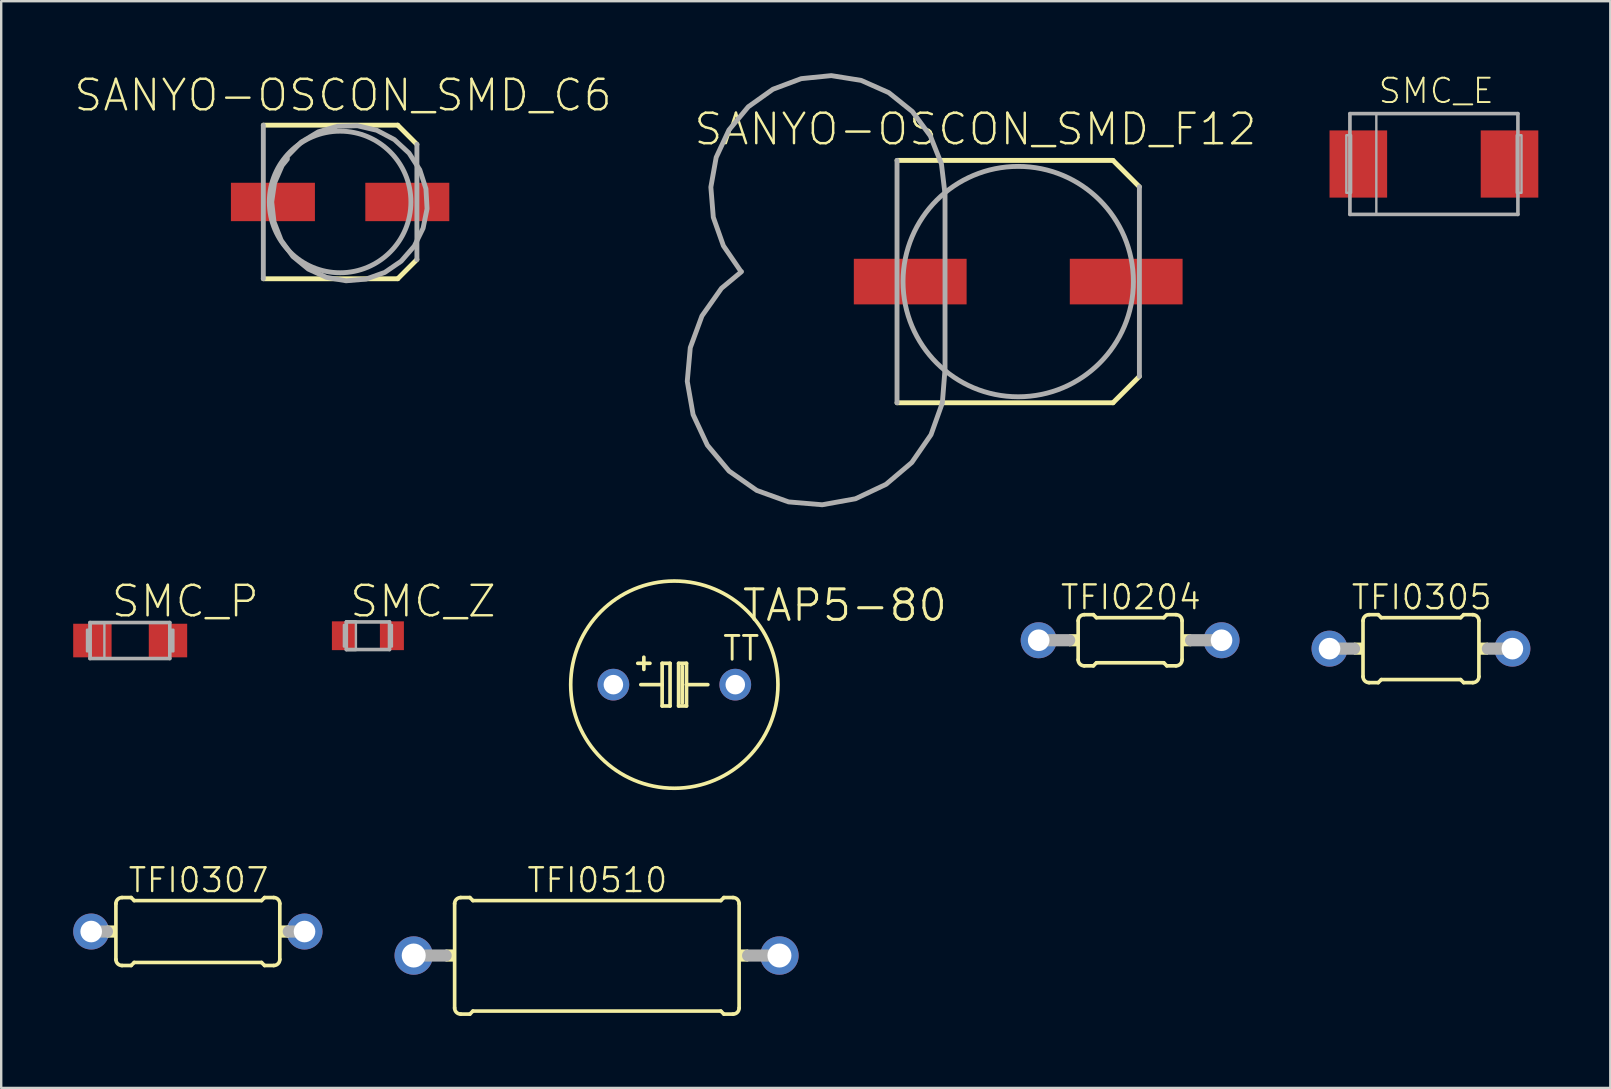
<source format=kicad_pcb>
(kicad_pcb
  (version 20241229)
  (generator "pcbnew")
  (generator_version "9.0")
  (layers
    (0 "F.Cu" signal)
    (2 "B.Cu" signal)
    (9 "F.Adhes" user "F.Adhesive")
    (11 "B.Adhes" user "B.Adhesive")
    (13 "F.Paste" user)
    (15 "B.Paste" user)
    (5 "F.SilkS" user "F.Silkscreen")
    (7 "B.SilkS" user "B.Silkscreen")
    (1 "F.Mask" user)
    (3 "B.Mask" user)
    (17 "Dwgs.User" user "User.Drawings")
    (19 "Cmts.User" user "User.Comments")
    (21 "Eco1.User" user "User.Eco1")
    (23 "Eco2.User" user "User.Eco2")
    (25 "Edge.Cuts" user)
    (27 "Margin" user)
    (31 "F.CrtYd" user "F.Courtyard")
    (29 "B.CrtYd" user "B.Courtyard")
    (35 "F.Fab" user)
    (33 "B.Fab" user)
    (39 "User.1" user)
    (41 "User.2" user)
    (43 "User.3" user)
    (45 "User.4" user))
  (footprint "TFI0307"
    (layer "F.Cu")
    (at 5.195 35.768)
    (property "Reference" "TFI0307" (at 0.031 -2.141 0) (layer "F.SilkS") (effects (font (size 0.991 0.991) (thickness 0.099))))
    (attr through_hole)
    (fp_line (start -3.415 1.162) (end -3.415 -1.162) (stroke (width 0.152) (type solid)) (layer "F.SilkS"))
    (fp_line (start -3.161 -1.416) (end -2.78 -1.416) (stroke (width 0.152) (type solid)) (layer "F.SilkS"))
    (fp_line (start -3.161 1.416) (end -2.78 1.416) (stroke (width 0.152) (type solid)) (layer "F.SilkS"))
    (fp_line (start -2.653 -1.289) (end -2.78 -1.416) (stroke (width 0.152) (type solid)) (layer "F.SilkS"))
    (fp_line (start -2.653 1.289) (end -2.78 1.416) (stroke (width 0.152) (type solid)) (layer "F.SilkS"))
    (fp_line (start 2.653 -1.289) (end -2.653 -1.289) (stroke (width 0.152) (type solid)) (layer "F.SilkS"))
    (fp_line (start 2.653 -1.289) (end 2.78 -1.416) (stroke (width 0.152) (type solid)) (layer "F.SilkS"))
    (fp_line (start 2.653 1.289) (end -2.653 1.289) (stroke (width 0.152) (type solid)) (layer "F.SilkS"))
    (fp_line (start 2.653 1.289) (end 2.78 1.416) (stroke (width 0.152) (type solid)) (layer "F.SilkS"))
    (fp_line (start 3.161 -1.416) (end 2.78 -1.416) (stroke (width 0.152) (type solid)) (layer "F.SilkS"))
    (fp_line (start 3.161 1.416) (end 2.78 1.416) (stroke (width 0.152) (type solid)) (layer "F.SilkS"))
    (fp_line (start 3.415 1.162) (end 3.415 -1.162) (stroke (width 0.152) (type solid)) (layer "F.SilkS"))
    (fp_arc (start -3.415 -1.162) (mid -3.340605 -1.341605) (end -3.161 -1.416) (stroke (width 0.1524) (type solid)) (layer "F.SilkS"))
    (fp_arc (start -3.161 1.416) (mid -3.340605 1.341605) (end -3.415 1.162) (stroke (width 0.1524) (type solid)) (layer "F.SilkS"))
    (fp_arc (start 3.161 -1.416) (mid 3.340605 -1.341605) (end 3.415 -1.162) (stroke (width 0.1524) (type solid)) (layer "F.SilkS"))
    (fp_arc (start 3.415 1.162) (mid 3.340605 1.341605) (end 3.161 1.416) (stroke (width 0.1524) (type solid)) (layer "F.SilkS"))
    (fp_poly (pts (xy -3.796 -0.254) (xy -3.415 -0.254) (xy -3.415 0.254) (xy -3.796 0.254)) (stroke (width 0) (type solid)) (fill yes) (layer "F.SilkS"))
    (fp_poly (pts (xy 3.415 -0.254) (xy 3.796 -0.254) (xy 3.796 0.254) (xy 3.415 0.254)) (stroke (width 0) (type solid)) (fill yes) (layer "F.SilkS"))
    (fp_line (start -4.445 0) (end -3.79 0) (stroke (width 0.508) (type solid)) (layer "F.Fab"))
    (fp_line (start 4.445 0) (end 3.79 0) (stroke (width 0.508) (type solid)) (layer "F.Fab"))
    (pad "1" thru_hole circle (at -4.445 0) (size 1.5 1.5) (drill 0.9) (layers "*.Cu" "*.Mask"))
    (pad "2" thru_hole circle (at 4.445 0) (size 1.5 1.5) (drill 0.9) (layers "*.Cu" "*.Mask")))
  (footprint "TAP5-80"
    (layer "F.Cu")
    (at 25.05 25.48)
    (property "Reference" "TAP5-80" (at 7.106 -3.302 0) (layer "F.SilkS") (effects (font (size 1.27 1.27) (thickness 0.127))))
    (attr through_hole)
    (fp_line (start -1.397 0) (end -0.508 0) (stroke (width 0.152) (type solid)) (layer "F.SilkS"))
    (fp_line (start -1.27 -0.635) (end -1.27 -1.143) (stroke (width 0.152) (type solid)) (layer "F.SilkS"))
    (fp_line (start -1.016 -0.889) (end -1.524 -0.889) (stroke (width 0.152) (type solid)) (layer "F.SilkS"))
    (fp_line (start -0.508 -0.889) (end -0.508 0) (stroke (width 0.152) (type solid)) (layer "F.SilkS"))
    (fp_line (start -0.508 0) (end -0.508 0.889) (stroke (width 0.152) (type solid)) (layer "F.SilkS"))
    (fp_line (start -0.508 0.889) (end -0.178 0.889) (stroke (width 0.152) (type solid)) (layer "F.SilkS"))
    (fp_line (start -0.178 -0.889) (end -0.508 -0.889) (stroke (width 0.152) (type solid)) (layer "F.SilkS"))
    (fp_line (start -0.178 0.889) (end -0.178 -0.889) (stroke (width 0.152) (type solid)) (layer "F.SilkS"))
    (fp_line (start 0.178 -0.889) (end 0.178 0.889) (stroke (width 0.152) (type solid)) (layer "F.SilkS"))
    (fp_line (start 0.178 0.889) (end 0.508 0.889) (stroke (width 0.152) (type solid)) (layer "F.SilkS"))
    (fp_line (start 0.33 0.762) (end 0.33 -0.762) (stroke (width 0.152) (type solid)) (layer "F.SilkS"))
    (fp_line (start 0.508 -0.889) (end 0.178 -0.889) (stroke (width 0.152) (type solid)) (layer "F.SilkS"))
    (fp_line (start 0.508 0) (end 0.508 -0.889) (stroke (width 0.152) (type solid)) (layer "F.SilkS"))
    (fp_line (start 0.508 0) (end 1.397 0) (stroke (width 0.152) (type solid)) (layer "F.SilkS"))
    (fp_line (start 0.508 0.889) (end 0.508 0) (stroke (width 0.152) (type solid)) (layer "F.SilkS"))
    (fp_circle (center 0 0) (end 4.318 0) (stroke (width 0.152) (type solid)) (fill no) (layer "F.SilkS"))
    (fp_text user "TT" (at 2.787 -1.511 0) (layer "F.SilkS") (effects (font (size 0.991 0.991) (thickness 0.119))))
    (pad "+" thru_hole circle (at -2.54 0) (size 1.321 1.321) (drill 0.813) (layers "*.Cu" "*.Mask"))
    (pad "-" thru_hole circle (at 2.54 0) (size 1.321 1.321) (drill 0.813) (layers "*.Cu" "*.Mask")))
  (footprint "SMC_E"
    (layer "F.Cu")
    (at 56.703 3.785)
    (property "Reference" "SMC_E" (at 0.097 -3.048 0) (layer "F.SilkS") (effects (font (size 1.016 1.016) (thickness 0.081))))
    (attr through_hole)
    (fp_line (start -3.5 -2.1) (end 3.5 -2.1) (stroke (width 0.15) (type solid)) (layer "F.Fab"))
    (fp_line (start -3.5 2.1) (end -3.5 -2.1) (stroke (width 0.15) (type solid)) (layer "F.Fab"))
    (fp_line (start 3.5 -2.1) (end 3.5 2.1) (stroke (width 0.15) (type solid)) (layer "F.Fab"))
    (fp_line (start 3.5 2.1) (end -3.5 2.1) (stroke (width 0.15) (type solid)) (layer "F.Fab"))
    (fp_poly (pts (xy -3.65 -1.2) (xy -3.45 -1.2) (xy -3.45 1.2) (xy -3.65 1.2)) (stroke (width 0.1) (type solid)) (fill no) (layer "F.Fab"))
    (fp_poly (pts (xy -3.5 -2.1) (xy -2.4 -2.1) (xy -2.4 2.1) (xy -3.5 2.1)) (stroke (width 0.1) (type solid)) (fill no) (layer "F.Fab"))
    (fp_poly (pts (xy 3.45 -1.2) (xy 3.65 -1.2) (xy 3.65 1.2) (xy 3.45 1.2)) (stroke (width 0.1) (type solid)) (fill no) (layer "F.Fab"))
    (pad "+" smd rect (at -3.15 0) (size 2.4 2.8) (layers "F.Cu" "F.Mask" "F.Paste"))
    (pad "-" smd rect (at 3.15 0) (size 2.4 2.8) (layers "F.Cu" "F.Mask" "F.Paste")))
  (footprint "SMC_P"
    (layer "F.Cu")
    (at 2.375 23.642)
    (property "Reference" "SMC_P" (at 2.296 -1.635 0) (layer "F.SilkS") (effects (font (size 1.27 1.27) (thickness 0.102))))
    (attr through_hole)
    (fp_line (start -1.675 -0.75) (end -1.675 0.75) (stroke (width 0.15) (type solid)) (layer "F.Fab"))
    (fp_line (start -1.675 -0.75) (end 1.65 -0.75) (stroke (width 0.15) (type solid)) (layer "F.Fab"))
    (fp_line (start 1.65 0.75) (end -1.675 0.75) (stroke (width 0.15) (type solid)) (layer "F.Fab"))
    (fp_line (start 1.65 0.75) (end 1.65 -0.75) (stroke (width 0.15) (type solid)) (layer "F.Fab"))
    (fp_poly (pts (xy -1.8 -0.45) (xy -1.7 -0.45) (xy -1.7 0.45) (xy -1.8 0.45)) (stroke (width 0.1) (type solid)) (fill no) (layer "F.Fab"))
    (fp_poly (pts (xy -1.65 -0.725) (xy -1.075 -0.725) (xy -1.075 0.75) (xy -1.65 0.75)) (stroke (width 0.1) (type solid)) (fill no) (layer "F.Fab"))
    (fp_poly (pts (xy 1.7 -0.45) (xy 1.8 -0.45) (xy 1.8 0.45) (xy 1.7 0.45)) (stroke (width 0.1) (type solid)) (fill no) (layer "F.Fab"))
    (pad "+" smd rect (at -1.575 0) (size 1.6 1.4) (layers "F.Cu" "F.Mask" "F.Paste"))
    (pad "-" smd rect (at 1.575 0) (size 1.6 1.4) (layers "F.Cu" "F.Mask" "F.Paste")))
  (footprint "SMC_Z"
    (layer "F.Cu")
    (at 12.281 23.442)
    (property "Reference" "SMC_Z" (at 2.296 -1.435 0) (layer "F.SilkS") (effects (font (size 1.27 1.27) (thickness 0.102))))
    (attr through_hole)
    (fp_line (start -0.9 -0.575) (end -0.9 0.575) (stroke (width 0.15) (type solid)) (layer "F.Fab"))
    (fp_line (start -0.9 -0.575) (end 0.9 -0.575) (stroke (width 0.15) (type solid)) (layer "F.Fab"))
    (fp_line (start 0.9 0.575) (end -0.9 0.575) (stroke (width 0.15) (type solid)) (layer "F.Fab"))
    (fp_line (start 0.9 0.575) (end 0.9 -0.575) (stroke (width 0.15) (type solid)) (layer "F.Fab"))
    (fp_poly (pts (xy -1 -0.45) (xy -0.9 -0.45) (xy -0.9 0.45) (xy -1 0.45)) (stroke (width 0.1) (type solid)) (fill no) (layer "F.Fab"))
    (fp_poly (pts (xy -0.9 -0.6) (xy -0.5 -0.6) (xy -0.5 0.6) (xy -0.9 0.6)) (stroke (width 0.1) (type solid)) (fill no) (layer "F.Fab"))
    (fp_poly (pts (xy 0.9 -0.45) (xy 1 -0.45) (xy 1 0.45) (xy 0.9 0.45)) (stroke (width 0.1) (type solid)) (fill no) (layer "F.Fab"))
    (pad "+" smd rect (at -1 0) (size 1 1.2) (layers "F.Cu" "F.Mask" "F.Paste"))
    (pad "-" smd rect (at 1 0) (size 1 1.2) (layers "F.Cu" "F.Mask" "F.Paste")))
  (footprint "TFI0204"
    (layer "F.Cu")
    (at 44.043 23.63)
    (property "Reference" "TFI0204" (at 0.031 -1.791 0) (layer "F.SilkS") (effects (font (size 0.991 0.991) (thickness 0.099))))
    (attr through_hole)
    (fp_line (start -2.165 0.812) (end -2.165 -0.812) (stroke (width 0.152) (type solid)) (layer "F.SilkS"))
    (fp_line (start -1.911 -1.066) (end -1.53 -1.066) (stroke (width 0.152) (type solid)) (layer "F.SilkS"))
    (fp_line (start -1.911 1.066) (end -1.53 1.066) (stroke (width 0.152) (type solid)) (layer "F.SilkS"))
    (fp_line (start -1.403 -0.939) (end -1.53 -1.066) (stroke (width 0.152) (type solid)) (layer "F.SilkS"))
    (fp_line (start -1.403 0.939) (end -1.53 1.066) (stroke (width 0.152) (type solid)) (layer "F.SilkS"))
    (fp_line (start 1.403 -0.939) (end -1.403 -0.939) (stroke (width 0.152) (type solid)) (layer "F.SilkS"))
    (fp_line (start 1.403 -0.939) (end 1.53 -1.066) (stroke (width 0.152) (type solid)) (layer "F.SilkS"))
    (fp_line (start 1.403 0.939) (end -1.403 0.939) (stroke (width 0.152) (type solid)) (layer "F.SilkS"))
    (fp_line (start 1.403 0.939) (end 1.53 1.066) (stroke (width 0.152) (type solid)) (layer "F.SilkS"))
    (fp_line (start 1.911 -1.066) (end 1.53 -1.066) (stroke (width 0.152) (type solid)) (layer "F.SilkS"))
    (fp_line (start 1.911 1.066) (end 1.53 1.066) (stroke (width 0.152) (type solid)) (layer "F.SilkS"))
    (fp_line (start 2.165 0.812) (end 2.165 -0.812) (stroke (width 0.152) (type solid)) (layer "F.SilkS"))
    (fp_arc (start -2.165 -0.812) (mid -2.090605 -0.991605) (end -1.911 -1.066) (stroke (width 0.1524) (type solid)) (layer "F.SilkS"))
    (fp_arc (start -1.911 1.066) (mid -2.090605 0.991605) (end -2.165 0.812) (stroke (width 0.1524) (type solid)) (layer "F.SilkS"))
    (fp_arc (start 1.911 -1.066) (mid 2.090605 -0.991605) (end 2.165 -0.812) (stroke (width 0.1524) (type solid)) (layer "F.SilkS"))
    (fp_arc (start 2.165 0.812) (mid 2.090605 0.991605) (end 1.911 1.066) (stroke (width 0.1524) (type solid)) (layer "F.SilkS"))
    (fp_poly (pts (xy -2.546 -0.254) (xy -2.165 -0.254) (xy -2.165 0.254) (xy -2.546 0.254)) (stroke (width 0) (type solid)) (fill yes) (layer "F.SilkS"))
    (fp_poly (pts (xy 2.165 -0.254) (xy 2.546 -0.254) (xy 2.546 0.254) (xy 2.165 0.254)) (stroke (width 0) (type solid)) (fill yes) (layer "F.SilkS"))
    (fp_line (start -3.81 0) (end -2.54 0) (stroke (width 0.508) (type solid)) (layer "F.Fab"))
    (fp_line (start 3.81 0) (end 2.54 0) (stroke (width 0.508) (type solid)) (layer "F.Fab"))
    (pad "1" thru_hole circle (at -3.81 0) (size 1.5 1.5) (drill 0.9) (layers "*.Cu" "*.Mask"))
    (pad "2" thru_hole circle (at 3.81 0) (size 1.5 1.5) (drill 0.9) (layers "*.Cu" "*.Mask")))
  (footprint "TFI0305"
    (layer "F.Cu")
    (at 56.163 23.98)
    (property "Reference" "TFI0305" (at 0.031 -2.141 0) (layer "F.SilkS") (effects (font (size 0.991 0.991) (thickness 0.099))))
    (attr through_hole)
    (fp_line (start -2.415 1.162) (end -2.415 -1.162) (stroke (width 0.152) (type solid)) (layer "F.SilkS"))
    (fp_line (start -2.161 -1.416) (end -1.78 -1.416) (stroke (width 0.152) (type solid)) (layer "F.SilkS"))
    (fp_line (start -2.161 1.416) (end -1.78 1.416) (stroke (width 0.152) (type solid)) (layer "F.SilkS"))
    (fp_line (start -1.653 -1.289) (end -1.78 -1.416) (stroke (width 0.152) (type solid)) (layer "F.SilkS"))
    (fp_line (start -1.653 1.289) (end -1.78 1.416) (stroke (width 0.152) (type solid)) (layer "F.SilkS"))
    (fp_line (start 1.653 -1.289) (end -1.653 -1.289) (stroke (width 0.152) (type solid)) (layer "F.SilkS"))
    (fp_line (start 1.653 -1.289) (end 1.78 -1.416) (stroke (width 0.152) (type solid)) (layer "F.SilkS"))
    (fp_line (start 1.653 1.289) (end -1.653 1.289) (stroke (width 0.152) (type solid)) (layer "F.SilkS"))
    (fp_line (start 1.653 1.289) (end 1.78 1.416) (stroke (width 0.152) (type solid)) (layer "F.SilkS"))
    (fp_line (start 2.161 -1.416) (end 1.78 -1.416) (stroke (width 0.152) (type solid)) (layer "F.SilkS"))
    (fp_line (start 2.161 1.416) (end 1.78 1.416) (stroke (width 0.152) (type solid)) (layer "F.SilkS"))
    (fp_line (start 2.415 1.162) (end 2.415 -1.162) (stroke (width 0.152) (type solid)) (layer "F.SilkS"))
    (fp_arc (start -2.415 -1.162) (mid -2.340605 -1.341605) (end -2.161 -1.416) (stroke (width 0.1524) (type solid)) (layer "F.SilkS"))
    (fp_arc (start -2.161 1.416) (mid -2.340605 1.341605) (end -2.415 1.162) (stroke (width 0.1524) (type solid)) (layer "F.SilkS"))
    (fp_arc (start 2.161 -1.416) (mid 2.340605 -1.341605) (end 2.415 -1.162) (stroke (width 0.1524) (type solid)) (layer "F.SilkS"))
    (fp_arc (start 2.415 1.162) (mid 2.340605 1.341605) (end 2.161 1.416) (stroke (width 0.1524) (type solid)) (layer "F.SilkS"))
    (fp_poly (pts (xy -2.796 -0.254) (xy -2.415 -0.254) (xy -2.415 0.254) (xy -2.796 0.254)) (stroke (width 0) (type solid)) (fill yes) (layer "F.SilkS"))
    (fp_poly (pts (xy 2.415 -0.254) (xy 2.796 -0.254) (xy 2.796 0.254) (xy 2.415 0.254)) (stroke (width 0) (type solid)) (fill yes) (layer "F.SilkS"))
    (fp_line (start -3.81 0) (end -2.79 0) (stroke (width 0.508) (type solid)) (layer "F.Fab"))
    (fp_line (start 3.81 0) (end 2.79 0) (stroke (width 0.508) (type solid)) (layer "F.Fab"))
    (pad "1" thru_hole circle (at -3.81 0) (size 1.5 1.5) (drill 0.9) (layers "*.Cu" "*.Mask"))
    (pad "2" thru_hole circle (at 3.81 0) (size 1.5 1.5) (drill 0.9) (layers "*.Cu" "*.Mask")))
  (footprint "TFI0510"
    (layer "F.Cu")
    (at 21.81 36.768)
    (property "Reference" "TFI0510" (at 0.031 -3.141 0) (layer "F.SilkS") (effects (font (size 0.991 0.991) (thickness 0.099))))
    (attr through_hole)
    (fp_line (start -5.915 2.187) (end -5.915 -2.162) (stroke (width 0.152) (type solid)) (layer "F.SilkS"))
    (fp_line (start -5.661 -2.416) (end -5.28 -2.416) (stroke (width 0.152) (type solid)) (layer "F.SilkS"))
    (fp_line (start -5.661 2.441) (end -5.28 2.441) (stroke (width 0.152) (type solid)) (layer "F.SilkS"))
    (fp_line (start -5.153 -2.289) (end -5.28 -2.416) (stroke (width 0.152) (type solid)) (layer "F.SilkS"))
    (fp_line (start -5.153 2.314) (end -5.28 2.441) (stroke (width 0.152) (type solid)) (layer "F.SilkS"))
    (fp_line (start 5.178 -2.289) (end -5.153 -2.289) (stroke (width 0.152) (type solid)) (layer "F.SilkS"))
    (fp_line (start 5.178 -2.289) (end 5.305 -2.416) (stroke (width 0.152) (type solid)) (layer "F.SilkS"))
    (fp_line (start 5.178 2.314) (end -5.153 2.314) (stroke (width 0.152) (type solid)) (layer "F.SilkS"))
    (fp_line (start 5.178 2.314) (end 5.305 2.441) (stroke (width 0.152) (type solid)) (layer "F.SilkS"))
    (fp_line (start 5.686 -2.416) (end 5.305 -2.416) (stroke (width 0.152) (type solid)) (layer "F.SilkS"))
    (fp_line (start 5.686 2.441) (end 5.305 2.441) (stroke (width 0.152) (type solid)) (layer "F.SilkS"))
    (fp_line (start 5.94 2.187) (end 5.94 -2.162) (stroke (width 0.152) (type solid)) (layer "F.SilkS"))
    (fp_arc (start -5.915 -2.162) (mid -5.840605 -2.341605) (end -5.661 -2.416) (stroke (width 0.1524) (type solid)) (layer "F.SilkS"))
    (fp_arc (start -5.661 2.441) (mid -5.840605 2.366605) (end -5.915 2.187) (stroke (width 0.1524) (type solid)) (layer "F.SilkS"))
    (fp_arc (start 5.686 -2.416) (mid 5.865605 -2.341605) (end 5.94 -2.162) (stroke (width 0.1524) (type solid)) (layer "F.SilkS"))
    (fp_arc (start 5.94 2.187) (mid 5.865605 2.366605) (end 5.686 2.441) (stroke (width 0.1524) (type solid)) (layer "F.SilkS"))
    (fp_poly (pts (xy -6.296 -0.254) (xy -5.915 -0.254) (xy -5.915 0.254) (xy -6.296 0.254)) (stroke (width 0) (type solid)) (fill yes) (layer "F.SilkS"))
    (fp_poly (pts (xy 5.94 -0.254) (xy 6.321 -0.254) (xy 6.321 0.254) (xy 5.94 0.254)) (stroke (width 0) (type solid)) (fill yes) (layer "F.SilkS"))
    (fp_line (start -7.62 0) (end -6.29 0) (stroke (width 0.508) (type solid)) (layer "F.Fab"))
    (fp_line (start 7.62 0) (end 6.315 0) (stroke (width 0.508) (type solid)) (layer "F.Fab"))
    (pad "1" thru_hole circle (at -7.62 0) (size 1.6 1.6) (drill 1) (layers "*.Cu" "*.Mask"))
    (pad "2" thru_hole circle (at 7.62 0) (size 1.6 1.6) (drill 1) (layers "*.Cu" "*.Mask")))
  (footprint "SANYO-OSCON_SMD_C6"
    (layer "F.Cu")
    (at 11.123 5.366)
    (property "Reference" "SANYO-OSCON_SMD_C6" (at 0.121 -4.445 0) (layer "F.SilkS") (effects (font (size 1.27 1.27) (thickness 0.102))))
    (attr through_hole)
    (fp_line (start -3.2 -3.2) (end 2.4 -3.2) (stroke (width 0.203) (type solid)) (layer "F.SilkS"))
    (fp_line (start 2.4 -3.2) (end 3.2 -2.4) (stroke (width 0.203) (type solid)) (layer "F.SilkS"))
    (fp_line (start 2.4 3.2) (end -3.2 3.2) (stroke (width 0.203) (type solid)) (layer "F.SilkS"))
    (fp_line (start 3.2 2.4) (end 2.4 3.2) (stroke (width 0.203) (type solid)) (layer "F.SilkS"))
    (fp_line (start -3.2 3.2) (end -3.2 -3.2) (stroke (width 0.203) (type solid)) (layer "F.Fab"))
    (fp_line (start 3.2 -2.4) (end 3.2 2.4) (stroke (width 0.203) (type solid)) (layer "F.Fab"))
    (fp_circle (center 0 0) (end 2.95 0) (stroke (width 0.203) (type solid)) (fill no) (layer "F.Fab"))
    (fp_poly (pts (xy -2.2 -1.9) (xy -2.2 1.9) (xy -1.626 2.452) (xy -0.927 2.833) (xy -0.153 3.016) (xy 0.643 2.989) (xy 1.403 2.754) (xy 2.074 2.326) (xy 2.609 1.736) (xy 2.97 1.027) (xy 3.131 0.247) (xy 3.081 -0.547) (xy 2.823 -1.3) (xy 2.376 -1.959) (xy 1.771 -2.476) (xy 1.052 -2.816) (xy 0.268 -2.955) (xy -0.525 -2.882) (xy -1.27 -2.602) (xy -1.916 -2.136) (xy -2.416 -1.517) (xy -2.734 -0.788) (xy -2.85 0) (xy -2.756 0.825) (xy -2.455 1.599) (xy -1.967 2.271) (xy -1.324 2.798) (xy -0.569 3.143) (xy 0.249 3.285) (xy 1.077 3.215) (xy 1.859 2.937) (xy 2.545 2.468) (xy 3.09 1.841) (xy 3.457 1.096) (xy 3.623 0.283) (xy 3.577 -0.547) (xy 3.321 -1.337) (xy 2.873 -2.036) (xy 2.262 -2.599) (xy 1.528 -2.987) (xy 0.72 -3.177) (xy -0.111 -3.155) (xy -0.908 -2.922) (xy -1.62 -2.494) (xy -2.2 -1.9)) (stroke (width 0.203) (type solid)) (fill no) (layer "F.Fab"))
    (pad "+" smd rect (at 2.8 0) (size 3.5 1.6) (layers "F.Cu" "F.Mask" "F.Paste"))
    (pad "-" smd rect (at -2.8 0) (size 3.5 1.6) (layers "F.Cu" "F.Mask" "F.Paste")))
  (footprint "SANYO-OSCON_SMD_F12"
    (layer "F.Cu")
    (at 39.38 8.684)
    (property "Reference" "SANYO-OSCON_SMD_F12" (at -1.784 -6.35 0) (layer "F.SilkS") (effects (font (size 1.27 1.27) (thickness 0.102))))
    (attr through_hole)
    (fp_line (start -5.05 -5.05) (end 3.95 -5.05) (stroke (width 0.203) (type solid)) (layer "F.SilkS"))
    (fp_line (start 3.95 -5.05) (end 5.05 -3.95) (stroke (width 0.203) (type solid)) (layer "F.SilkS"))
    (fp_line (start 3.95 5.05) (end -5.05 5.05) (stroke (width 0.203) (type solid)) (layer "F.SilkS"))
    (fp_line (start 5.05 3.95) (end 3.95 5.05) (stroke (width 0.203) (type solid)) (layer "F.SilkS"))
    (fp_line (start -5.05 5.05) (end -5.05 -5.05) (stroke (width 0.203) (type solid)) (layer "F.Fab"))
    (fp_line (start 5.05 -3.95) (end 5.05 3.95) (stroke (width 0.203) (type solid)) (layer "F.Fab"))
    (fp_circle (center 0 0) (end 4.8 0) (stroke (width 0.203) (type solid)) (fill no) (layer "F.Fab"))
    (fp_poly (pts (xy -3.05 3.65) (xy -3.05 -3.65) (xy -3.199 -4.901) (xy -3.663 -6.072) (xy -4.411 -7.085) (xy -5.394 -7.873) (xy -6.545 -8.384) (xy -7.789 -8.583) (xy -9.042 -8.457) (xy -10.221 -8.015) (xy -11.248 -7.285) (xy -12.054 -6.318) (xy -12.586 -5.176) (xy -12.808 -3.936) (xy -12.706 -2.681) (xy -12.285 -1.493) (xy -11.575 -0.453) (xy -10.622 0.371) (xy -9.491 0.924) (xy -8.255 1.168) (xy -6.998 1.089) (xy -5.803 0.691) (xy -4.75 0.000001) (xy -5.896 -0.818) (xy -7.215 -1.31) (xy -8.617 -1.443) (xy -10.005 -1.207) (xy -11.284 -0.619) (xy -12.367 0.281) (xy -13.179 1.431) (xy -13.665 2.753) (xy -13.791 4.155) (xy -13.548 5.542) (xy -12.953 6.818) (xy -12.048 7.897) (xy -10.894 8.703) (xy -9.569 9.181) (xy -8.167 9.3) (xy -6.781 9.05) (xy -5.508 8.449) (xy -4.434 7.539) (xy -3.634 6.38) (xy -3.161 5.054) (xy -3.05 3.65)) (stroke (width 0.203) (type solid)) (fill no) (layer "F.Fab"))
    (pad "+" smd rect (at 4.5 0) (size 4.7 1.9) (layers "F.Cu" "F.Mask" "F.Paste"))
    (pad "-" smd rect (at -4.5 0) (size 4.7 1.9) (layers "F.Cu" "F.Mask" "F.Paste")))
  (gr_rect
    (start -3 -3)
    (end 64.053 42.286)
    (stroke (width 0.1) (type default))
    (fill no)
    (layer "Edge.Cuts")))
</source>
